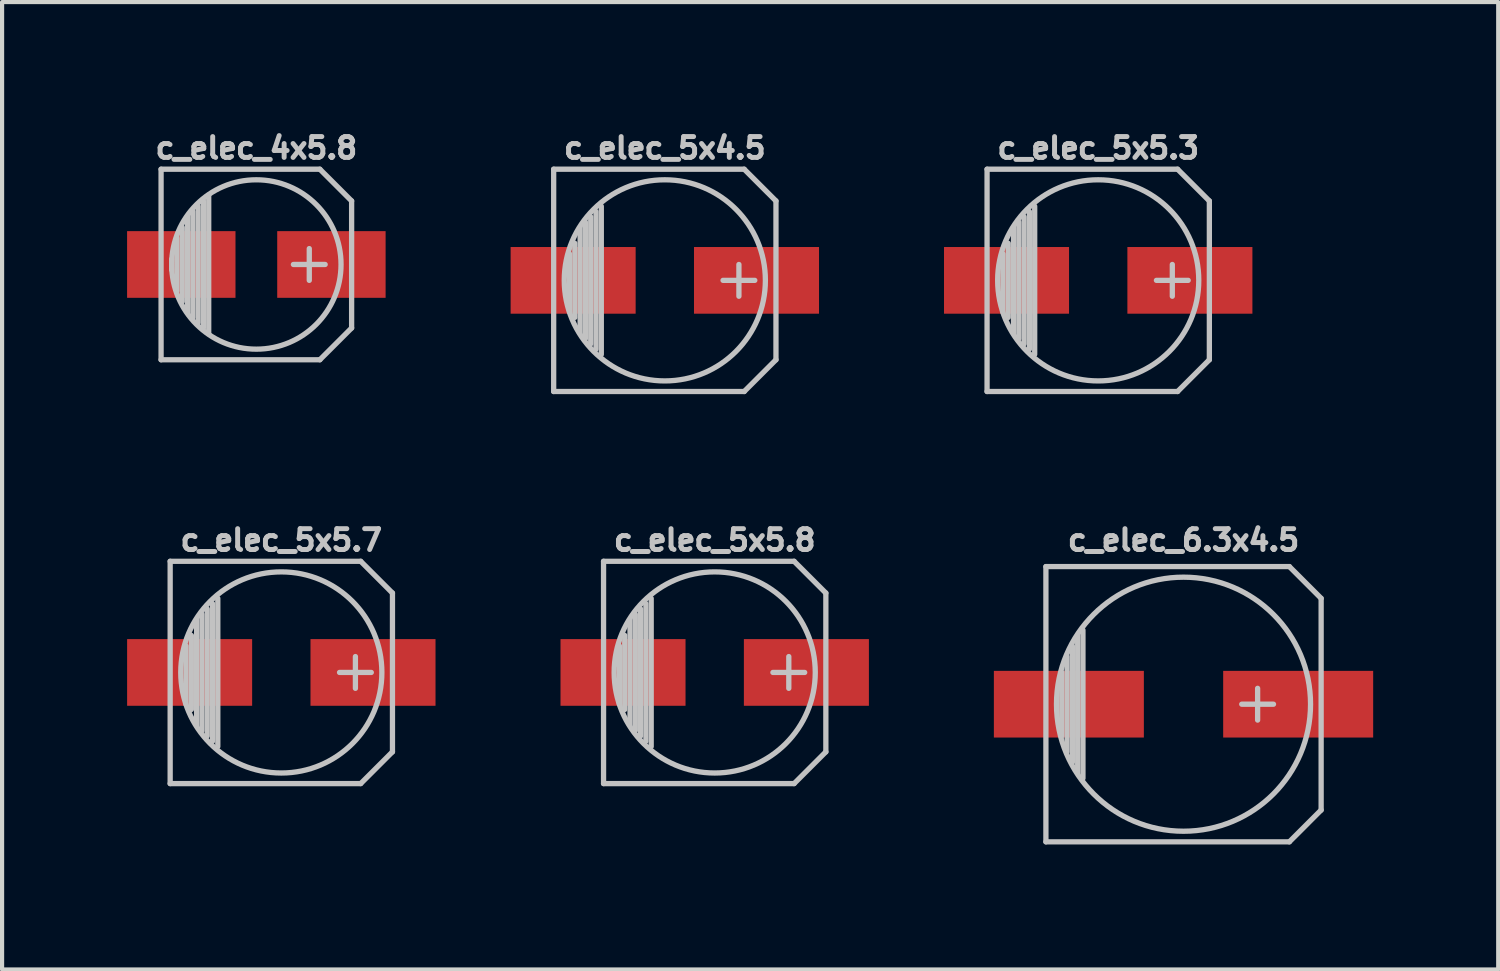
<source format=kicad_pcb>
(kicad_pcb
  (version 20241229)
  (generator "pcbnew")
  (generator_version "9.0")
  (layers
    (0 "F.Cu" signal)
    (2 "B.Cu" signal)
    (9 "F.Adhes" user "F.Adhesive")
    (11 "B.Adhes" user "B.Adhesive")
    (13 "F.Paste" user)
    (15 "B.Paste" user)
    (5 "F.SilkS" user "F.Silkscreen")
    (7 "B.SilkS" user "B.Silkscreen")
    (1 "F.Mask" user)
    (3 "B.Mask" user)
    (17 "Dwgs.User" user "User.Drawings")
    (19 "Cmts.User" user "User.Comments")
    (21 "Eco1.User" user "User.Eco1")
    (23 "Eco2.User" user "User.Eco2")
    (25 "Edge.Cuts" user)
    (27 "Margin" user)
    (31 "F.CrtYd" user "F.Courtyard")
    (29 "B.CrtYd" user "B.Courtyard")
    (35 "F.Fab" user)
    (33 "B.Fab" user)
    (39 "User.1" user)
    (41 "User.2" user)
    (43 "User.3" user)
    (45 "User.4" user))
  (footprint "c_elec_5x5.7"
    (layer "F.Cu")
    (at 3.7 13.085)
    (property "Reference" "c_elec_5x5.7" (at 0 -3.175 0) (layer "Dwgs.User") (effects (font (size 0.5 0.5) (thickness 0.119))))
    (attr through_hole)
    (fp_line (start -2.667 -2.667) (end 1.905 -2.667) (stroke (width 0.127) (type solid)) (layer "Dwgs.User"))
    (fp_line (start -2.667 2.667) (end -2.667 -2.667) (stroke (width 0.127) (type solid)) (layer "Dwgs.User"))
    (fp_line (start -2.286 -0.635) (end -2.286 0.762) (stroke (width 0.127) (type solid)) (layer "Dwgs.User"))
    (fp_line (start -2.159 -0.889) (end -2.159 0.889) (stroke (width 0.127) (type solid)) (layer "Dwgs.User"))
    (fp_line (start -2.032 -1.27) (end -2.032 1.27) (stroke (width 0.127) (type solid)) (layer "Dwgs.User"))
    (fp_line (start -1.905 1.397) (end -1.905 -1.397) (stroke (width 0.127) (type solid)) (layer "Dwgs.User"))
    (fp_line (start -1.778 -1.524) (end -1.778 1.524) (stroke (width 0.127) (type solid)) (layer "Dwgs.User"))
    (fp_line (start -1.651 1.651) (end -1.651 -1.651) (stroke (width 0.127) (type solid)) (layer "Dwgs.User"))
    (fp_line (start -1.524 -1.778) (end -1.524 1.778) (stroke (width 0.127) (type solid)) (layer "Dwgs.User"))
    (fp_line (start 1.778 -0.381) (end 1.778 0.381) (stroke (width 0.127) (type solid)) (layer "Dwgs.User"))
    (fp_line (start 1.905 -2.667) (end 2.667 -1.905) (stroke (width 0.127) (type solid)) (layer "Dwgs.User"))
    (fp_line (start 1.905 2.667) (end -2.667 2.667) (stroke (width 0.127) (type solid)) (layer "Dwgs.User"))
    (fp_line (start 2.159 0) (end 1.397 0) (stroke (width 0.127) (type solid)) (layer "Dwgs.User"))
    (fp_line (start 2.667 -1.905) (end 2.667 1.905) (stroke (width 0.127) (type solid)) (layer "Dwgs.User"))
    (fp_line (start 2.667 1.905) (end 1.905 2.667) (stroke (width 0.127) (type solid)) (layer "Dwgs.User"))
    (fp_circle (center 0 0) (end -2.413 0) (stroke (width 0.127) (type solid)) (fill no) (layer "Dwgs.User"))
    (pad "1" smd rect (at 2.2 0) (size 3 1.6) (layers "F.Cu" "F.Mask" "F.Paste"))
    (pad "2" smd rect (at -2.2 0) (size 3 1.6) (layers "F.Cu" "F.Mask" "F.Paste")))
  (footprint "c_elec_5x4.5"
    (layer "F.Cu")
    (at 12.902 3.677)
    (property "Reference" "c_elec_5x4.5" (at 0 -3.175 0) (layer "Dwgs.User") (effects (font (size 0.5 0.5) (thickness 0.119))))
    (attr through_hole)
    (fp_line (start -2.667 -2.667) (end 1.905 -2.667) (stroke (width 0.127) (type solid)) (layer "Dwgs.User"))
    (fp_line (start -2.667 2.667) (end -2.667 -2.667) (stroke (width 0.127) (type solid)) (layer "Dwgs.User"))
    (fp_line (start -2.286 -0.635) (end -2.286 0.762) (stroke (width 0.127) (type solid)) (layer "Dwgs.User"))
    (fp_line (start -2.159 -0.889) (end -2.159 0.889) (stroke (width 0.127) (type solid)) (layer "Dwgs.User"))
    (fp_line (start -2.032 -1.27) (end -2.032 1.27) (stroke (width 0.127) (type solid)) (layer "Dwgs.User"))
    (fp_line (start -1.905 1.397) (end -1.905 -1.397) (stroke (width 0.127) (type solid)) (layer "Dwgs.User"))
    (fp_line (start -1.778 -1.524) (end -1.778 1.524) (stroke (width 0.127) (type solid)) (layer "Dwgs.User"))
    (fp_line (start -1.651 1.651) (end -1.651 -1.651) (stroke (width 0.127) (type solid)) (layer "Dwgs.User"))
    (fp_line (start -1.524 -1.778) (end -1.524 1.778) (stroke (width 0.127) (type solid)) (layer "Dwgs.User"))
    (fp_line (start 1.778 -0.381) (end 1.778 0.381) (stroke (width 0.127) (type solid)) (layer "Dwgs.User"))
    (fp_line (start 1.905 -2.667) (end 2.667 -1.905) (stroke (width 0.127) (type solid)) (layer "Dwgs.User"))
    (fp_line (start 1.905 2.667) (end -2.667 2.667) (stroke (width 0.127) (type solid)) (layer "Dwgs.User"))
    (fp_line (start 2.159 0) (end 1.397 0) (stroke (width 0.127) (type solid)) (layer "Dwgs.User"))
    (fp_line (start 2.667 -1.905) (end 2.667 1.905) (stroke (width 0.127) (type solid)) (layer "Dwgs.User"))
    (fp_line (start 2.667 1.905) (end 1.905 2.667) (stroke (width 0.127) (type solid)) (layer "Dwgs.User"))
    (fp_circle (center 0 0) (end -2.413 0) (stroke (width 0.127) (type solid)) (fill no) (layer "Dwgs.User"))
    (pad "1" smd rect (at 2.2 0) (size 3 1.6) (layers "F.Cu" "F.Mask" "F.Paste"))
    (pad "2" smd rect (at -2.2 0) (size 3 1.6) (layers "F.Cu" "F.Mask" "F.Paste")))
  (footprint "c_elec_6.3x4.5"
    (layer "F.Cu")
    (at 25.348 13.847)
    (property "Reference" "c_elec_6.3x4.5" (at 0 -3.937 0) (layer "Dwgs.User") (effects (font (size 0.5 0.5) (thickness 0.119))))
    (attr through_hole)
    (fp_line (start -3.302 -3.302) (end -3.302 3.302) (stroke (width 0.127) (type solid)) (layer "Dwgs.User"))
    (fp_line (start -3.302 3.302) (end 2.54 3.302) (stroke (width 0.127) (type solid)) (layer "Dwgs.User"))
    (fp_line (start -2.921 -0.762) (end -2.921 0.762) (stroke (width 0.127) (type solid)) (layer "Dwgs.User"))
    (fp_line (start -2.794 1.143) (end -2.794 -1.143) (stroke (width 0.127) (type solid)) (layer "Dwgs.User"))
    (fp_line (start -2.667 -1.397) (end -2.667 1.397) (stroke (width 0.127) (type solid)) (layer "Dwgs.User"))
    (fp_line (start -2.54 1.651) (end -2.54 -1.651) (stroke (width 0.127) (type solid)) (layer "Dwgs.User"))
    (fp_line (start -2.413 -1.778) (end -2.413 1.778) (stroke (width 0.127) (type solid)) (layer "Dwgs.User"))
    (fp_line (start 1.778 -0.381) (end 1.778 0.381) (stroke (width 0.127) (type solid)) (layer "Dwgs.User"))
    (fp_line (start 2.159 0) (end 1.397 0) (stroke (width 0.127) (type solid)) (layer "Dwgs.User"))
    (fp_line (start 2.54 -3.302) (end -3.302 -3.302) (stroke (width 0.127) (type solid)) (layer "Dwgs.User"))
    (fp_line (start 2.54 3.302) (end 3.302 2.54) (stroke (width 0.127) (type solid)) (layer "Dwgs.User"))
    (fp_line (start 3.302 -2.54) (end 2.54 -3.302) (stroke (width 0.127) (type solid)) (layer "Dwgs.User"))
    (fp_line (start 3.302 2.54) (end 3.302 -2.54) (stroke (width 0.127) (type solid)) (layer "Dwgs.User"))
    (fp_circle (center 0 0) (end -3.048 0) (stroke (width 0.127) (type solid)) (fill no) (layer "Dwgs.User"))
    (pad "1" smd rect (at 2.751 0) (size 3.599 1.6) (layers "F.Cu" "F.Mask" "F.Paste"))
    (pad "2" smd rect (at -2.751 0) (size 3.599 1.6) (layers "F.Cu" "F.Mask" "F.Paste")))
  (footprint "c_elec_4x5.8"
    (layer "F.Cu")
    (at 3.101 3.296)
    (property "Reference" "c_elec_4x5.8" (at 0 -2.794 0) (layer "Dwgs.User") (effects (font (size 0.5 0.5) (thickness 0.119))))
    (attr through_hole)
    (fp_line (start -2.286 -2.286) (end -2.286 2.286) (stroke (width 0.127) (type solid)) (layer "Dwgs.User"))
    (fp_line (start -2.032 0.127) (end -2.032 -0.127) (stroke (width 0.127) (type solid)) (layer "Dwgs.User"))
    (fp_line (start -1.905 -0.635) (end -1.905 0.635) (stroke (width 0.127) (type solid)) (layer "Dwgs.User"))
    (fp_line (start -1.778 0.889) (end -1.778 -0.889) (stroke (width 0.127) (type solid)) (layer "Dwgs.User"))
    (fp_line (start -1.651 1.143) (end -1.651 -1.143) (stroke (width 0.127) (type solid)) (layer "Dwgs.User"))
    (fp_line (start -1.524 -1.27) (end -1.524 1.27) (stroke (width 0.127) (type solid)) (layer "Dwgs.User"))
    (fp_line (start -1.397 1.397) (end -1.397 -1.397) (stroke (width 0.127) (type solid)) (layer "Dwgs.User"))
    (fp_line (start -1.27 -1.524) (end -1.27 1.524) (stroke (width 0.127) (type solid)) (layer "Dwgs.User"))
    (fp_line (start -1.143 -1.651) (end -1.143 1.651) (stroke (width 0.127) (type solid)) (layer "Dwgs.User"))
    (fp_line (start 1.27 -0.381) (end 1.27 0.381) (stroke (width 0.127) (type solid)) (layer "Dwgs.User"))
    (fp_line (start 1.524 -2.286) (end -2.286 -2.286) (stroke (width 0.127) (type solid)) (layer "Dwgs.User"))
    (fp_line (start 1.524 -2.286) (end 2.286 -1.524) (stroke (width 0.127) (type solid)) (layer "Dwgs.User"))
    (fp_line (start 1.524 2.286) (end -2.286 2.286) (stroke (width 0.127) (type solid)) (layer "Dwgs.User"))
    (fp_line (start 1.524 2.286) (end 2.286 1.524) (stroke (width 0.127) (type solid)) (layer "Dwgs.User"))
    (fp_line (start 1.651 0) (end 0.889 0) (stroke (width 0.127) (type solid)) (layer "Dwgs.User"))
    (fp_line (start 2.286 -1.524) (end 2.286 1.524) (stroke (width 0.127) (type solid)) (layer "Dwgs.User"))
    (fp_circle (center 0 0) (end -2.032 0) (stroke (width 0.127) (type solid)) (fill no) (layer "Dwgs.User"))
    (pad "1" smd rect (at 1.801 0) (size 2.601 1.6) (layers "F.Cu" "F.Mask" "F.Paste"))
    (pad "2" smd rect (at -1.801 0) (size 2.601 1.6) (layers "F.Cu" "F.Mask" "F.Paste")))
  (footprint "c_elec_5x5.8"
    (layer "F.Cu")
    (at 14.099 13.085)
    (property "Reference" "c_elec_5x5.8" (at 0 -3.175 0) (layer "Dwgs.User") (effects (font (size 0.5 0.5) (thickness 0.119))))
    (attr through_hole)
    (fp_line (start -2.667 -2.667) (end 1.905 -2.667) (stroke (width 0.127) (type solid)) (layer "Dwgs.User"))
    (fp_line (start -2.667 2.667) (end -2.667 -2.667) (stroke (width 0.127) (type solid)) (layer "Dwgs.User"))
    (fp_line (start -2.286 -0.635) (end -2.286 0.762) (stroke (width 0.127) (type solid)) (layer "Dwgs.User"))
    (fp_line (start -2.159 -0.889) (end -2.159 0.889) (stroke (width 0.127) (type solid)) (layer "Dwgs.User"))
    (fp_line (start -2.032 -1.27) (end -2.032 1.27) (stroke (width 0.127) (type solid)) (layer "Dwgs.User"))
    (fp_line (start -1.905 1.397) (end -1.905 -1.397) (stroke (width 0.127) (type solid)) (layer "Dwgs.User"))
    (fp_line (start -1.778 -1.524) (end -1.778 1.524) (stroke (width 0.127) (type solid)) (layer "Dwgs.User"))
    (fp_line (start -1.651 1.651) (end -1.651 -1.651) (stroke (width 0.127) (type solid)) (layer "Dwgs.User"))
    (fp_line (start -1.524 -1.778) (end -1.524 1.778) (stroke (width 0.127) (type solid)) (layer "Dwgs.User"))
    (fp_line (start 1.778 -0.381) (end 1.778 0.381) (stroke (width 0.127) (type solid)) (layer "Dwgs.User"))
    (fp_line (start 1.905 -2.667) (end 2.667 -1.905) (stroke (width 0.127) (type solid)) (layer "Dwgs.User"))
    (fp_line (start 1.905 2.667) (end -2.667 2.667) (stroke (width 0.127) (type solid)) (layer "Dwgs.User"))
    (fp_line (start 2.159 0) (end 1.397 0) (stroke (width 0.127) (type solid)) (layer "Dwgs.User"))
    (fp_line (start 2.667 -1.905) (end 2.667 1.905) (stroke (width 0.127) (type solid)) (layer "Dwgs.User"))
    (fp_line (start 2.667 1.905) (end 1.905 2.667) (stroke (width 0.127) (type solid)) (layer "Dwgs.User"))
    (fp_circle (center 0 0) (end -2.413 0) (stroke (width 0.127) (type solid)) (fill no) (layer "Dwgs.User"))
    (pad "1" smd rect (at 2.2 0) (size 3 1.6) (layers "F.Cu" "F.Mask" "F.Paste"))
    (pad "2" smd rect (at -2.2 0) (size 3 1.6) (layers "F.Cu" "F.Mask" "F.Paste")))
  (footprint "c_elec_5x5.3"
    (layer "F.Cu")
    (at 23.301 3.677)
    (property "Reference" "c_elec_5x5.3" (at 0 -3.175 0) (layer "Dwgs.User") (effects (font (size 0.5 0.5) (thickness 0.119))))
    (attr through_hole)
    (fp_line (start -2.667 -2.667) (end 1.905 -2.667) (stroke (width 0.127) (type solid)) (layer "Dwgs.User"))
    (fp_line (start -2.667 2.667) (end -2.667 -2.667) (stroke (width 0.127) (type solid)) (layer "Dwgs.User"))
    (fp_line (start -2.286 -0.635) (end -2.286 0.762) (stroke (width 0.127) (type solid)) (layer "Dwgs.User"))
    (fp_line (start -2.159 -0.889) (end -2.159 0.889) (stroke (width 0.127) (type solid)) (layer "Dwgs.User"))
    (fp_line (start -2.032 -1.27) (end -2.032 1.27) (stroke (width 0.127) (type solid)) (layer "Dwgs.User"))
    (fp_line (start -1.905 1.397) (end -1.905 -1.397) (stroke (width 0.127) (type solid)) (layer "Dwgs.User"))
    (fp_line (start -1.778 -1.524) (end -1.778 1.524) (stroke (width 0.127) (type solid)) (layer "Dwgs.User"))
    (fp_line (start -1.651 1.651) (end -1.651 -1.651) (stroke (width 0.127) (type solid)) (layer "Dwgs.User"))
    (fp_line (start -1.524 -1.778) (end -1.524 1.778) (stroke (width 0.127) (type solid)) (layer "Dwgs.User"))
    (fp_line (start 1.778 -0.381) (end 1.778 0.381) (stroke (width 0.127) (type solid)) (layer "Dwgs.User"))
    (fp_line (start 1.905 -2.667) (end 2.667 -1.905) (stroke (width 0.127) (type solid)) (layer "Dwgs.User"))
    (fp_line (start 1.905 2.667) (end -2.667 2.667) (stroke (width 0.127) (type solid)) (layer "Dwgs.User"))
    (fp_line (start 2.159 0) (end 1.397 0) (stroke (width 0.127) (type solid)) (layer "Dwgs.User"))
    (fp_line (start 2.667 -1.905) (end 2.667 1.905) (stroke (width 0.127) (type solid)) (layer "Dwgs.User"))
    (fp_line (start 2.667 1.905) (end 1.905 2.667) (stroke (width 0.127) (type solid)) (layer "Dwgs.User"))
    (fp_circle (center 0 0) (end -2.413 0) (stroke (width 0.127) (type solid)) (fill no) (layer "Dwgs.User"))
    (pad "1" smd rect (at 2.2 0) (size 3 1.6) (layers "F.Cu" "F.Mask" "F.Paste"))
    (pad "2" smd rect (at -2.2 0) (size 3 1.6) (layers "F.Cu" "F.Mask" "F.Paste")))
  (gr_rect
    (start -3 -3)
    (end 32.899 20.212)
    (stroke (width 0.1) (type default))
    (fill no)
    (layer "Edge.Cuts")))
</source>
